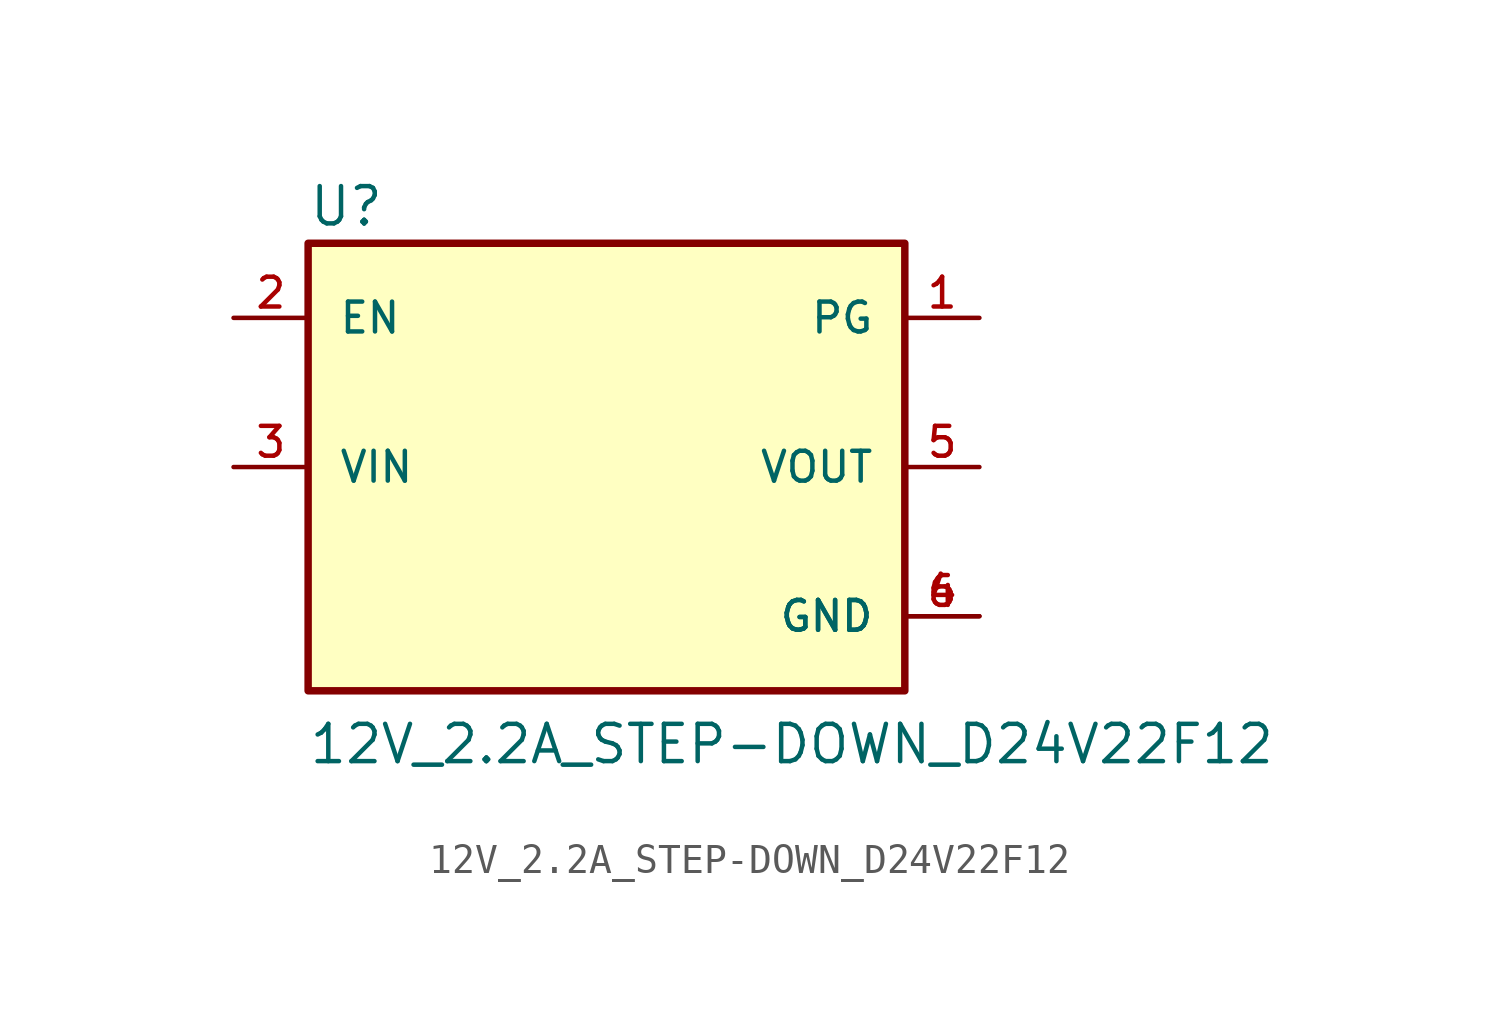
<source format=kicad_sym>
(kicad_symbol_lib
  (version 20211014)
  (generator kicad_symbol_editor)
  (symbol "12V_2.2A_STEP-DOWN_D24V22F12"
    (pin_names
      (offset 1.016))
    (property "Reference" "U"
      (at -10.168 8.134 0)
      (effects (font (size 1.27 1.27)) (justify bottom left)))
    (property "Value" "12V_2.2A_STEP-DOWN_D24V22F12"
      (at -10.178 -10.178 0)
      (effects (font (size 1.27 1.27)) (justify bottom left)))
    (symbol "12V_2.2A_STEP-DOWN_D24V22F12_0_0"
      (rectangle (start -10.16 -7.62) (end 10.16 7.62) (stroke (width 0.254)) (fill (type background)))
      (pin output line (at 12.7 5.08 180.0) (length 2.54) (name "PG" (effects (font (size 1.016 1.016)))) (number "1" (effects (font (size 1.016 1.016)))))
      (pin input line (at -12.7 5.08 0) (length 2.54) (name "EN" (effects (font (size 1.016 1.016)))) (number "2" (effects (font (size 1.016 1.016)))))
      (pin input line (at -12.7 0.0 0) (length 2.54) (name "VIN" (effects (font (size 1.016 1.016)))) (number "3" (effects (font (size 1.016 1.016)))))
      (pin power_in line (at 12.7 -5.08 180.0) (length 2.54) (name "GND" (effects (font (size 1.016 1.016)))) (number "4" (effects (font (size 1.016 1.016)))))
      (pin power_in line (at 12.7 -5.08 180.0) (length 2.54) (name "GND" (effects (font (size 1.016 1.016)))) (number "6" (effects (font (size 1.016 1.016)))))
      (pin output line (at 12.7 0.0 180.0) (length 2.54) (name "VOUT" (effects (font (size 1.016 1.016)))) (number "5" (effects (font (size 1.016 1.016))))))))
</source>
